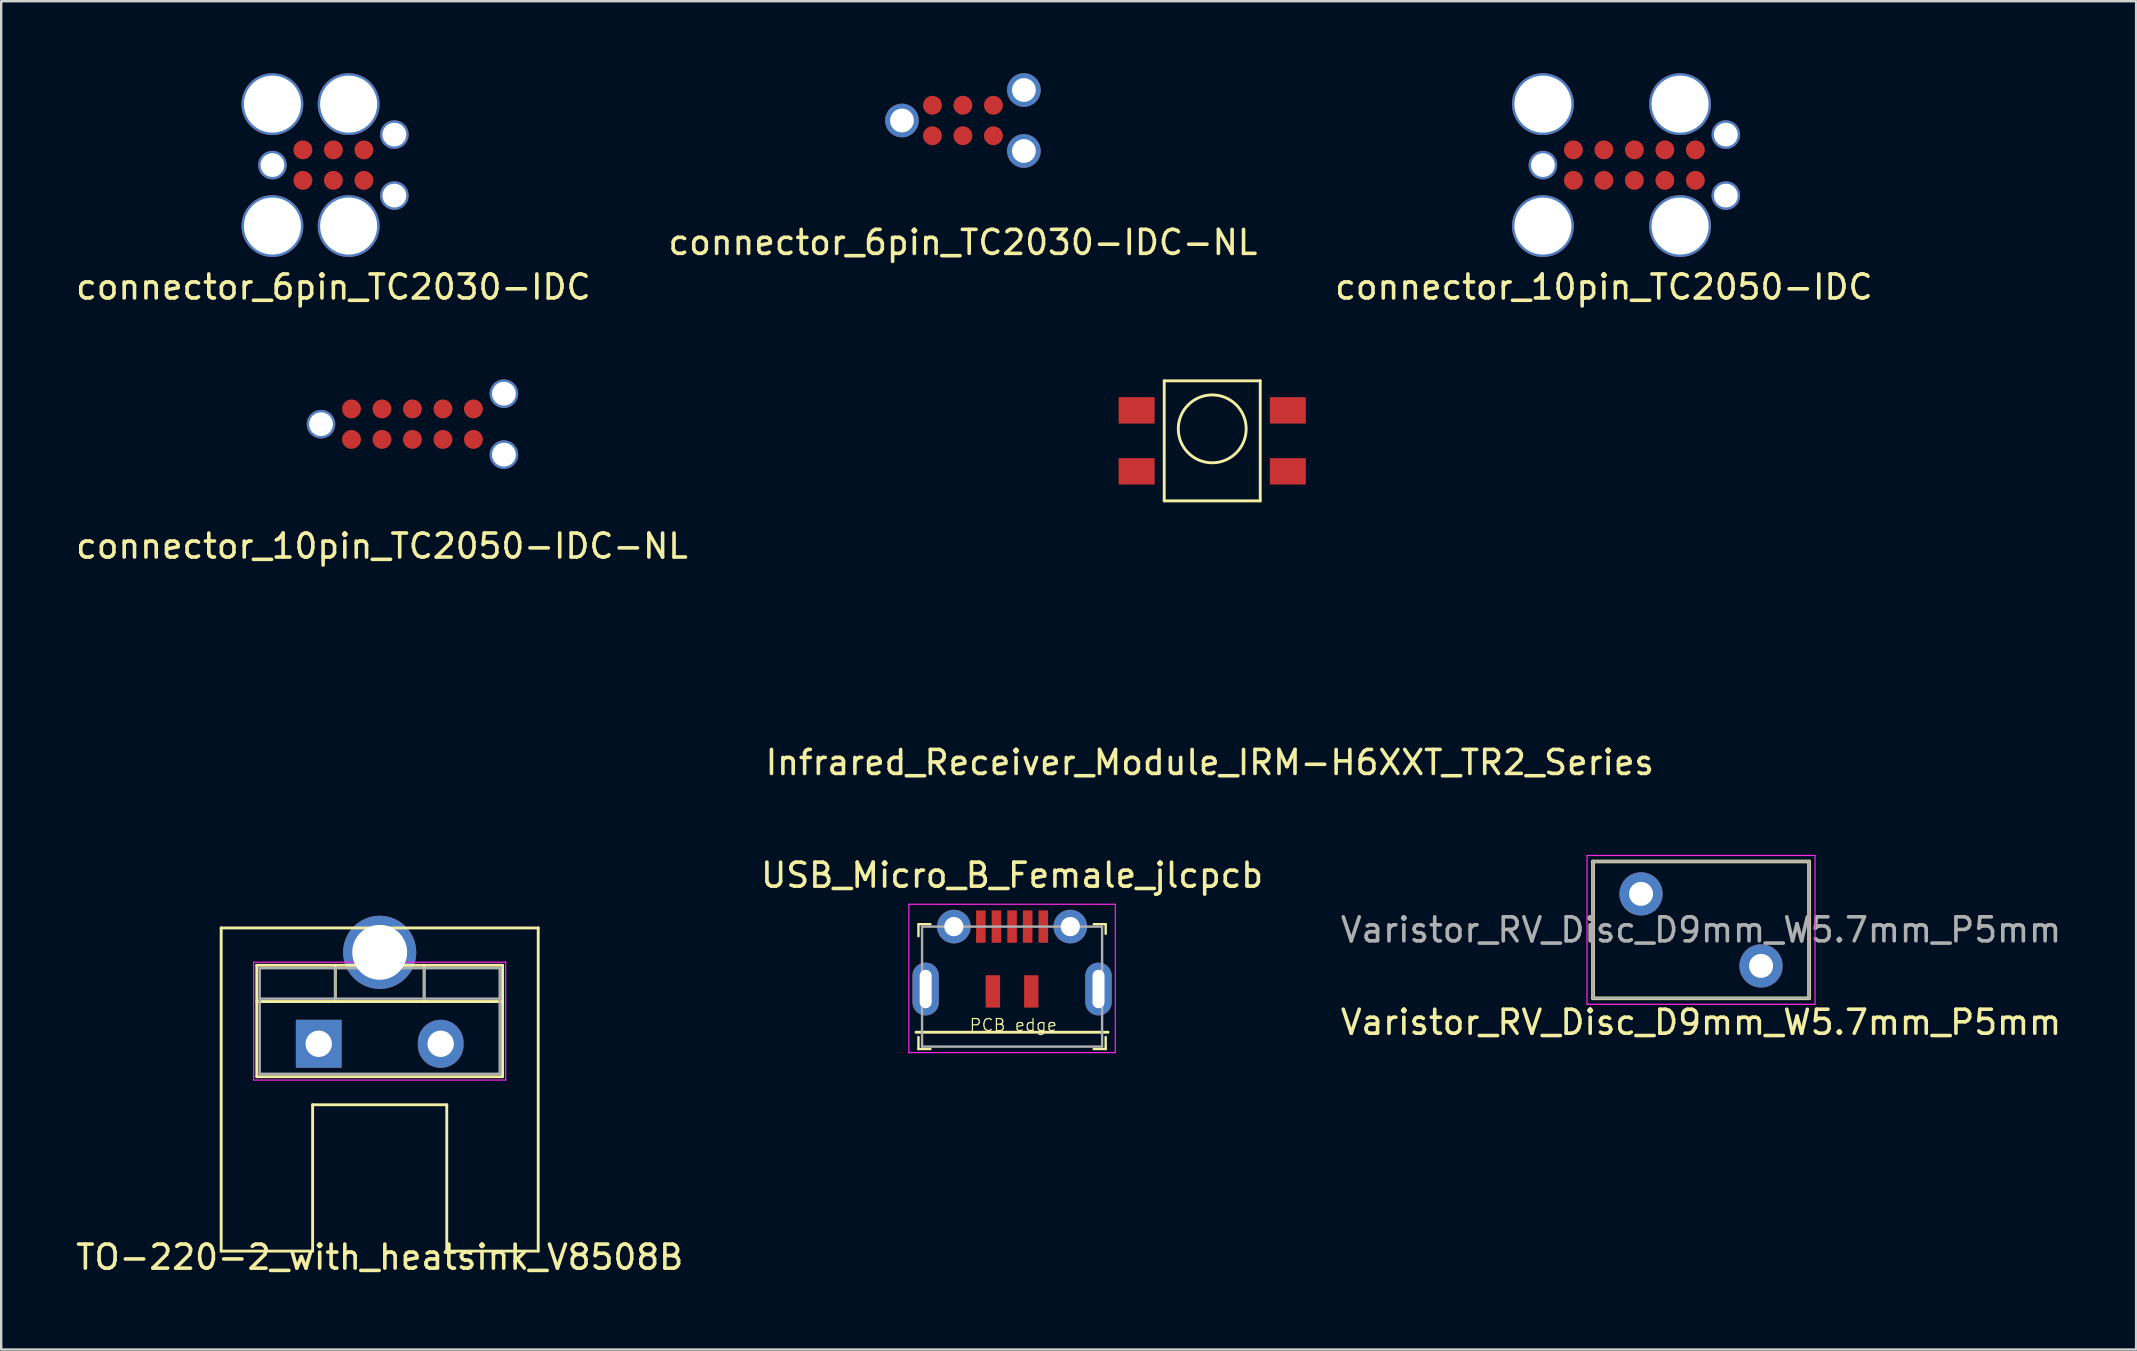
<source format=kicad_pcb>
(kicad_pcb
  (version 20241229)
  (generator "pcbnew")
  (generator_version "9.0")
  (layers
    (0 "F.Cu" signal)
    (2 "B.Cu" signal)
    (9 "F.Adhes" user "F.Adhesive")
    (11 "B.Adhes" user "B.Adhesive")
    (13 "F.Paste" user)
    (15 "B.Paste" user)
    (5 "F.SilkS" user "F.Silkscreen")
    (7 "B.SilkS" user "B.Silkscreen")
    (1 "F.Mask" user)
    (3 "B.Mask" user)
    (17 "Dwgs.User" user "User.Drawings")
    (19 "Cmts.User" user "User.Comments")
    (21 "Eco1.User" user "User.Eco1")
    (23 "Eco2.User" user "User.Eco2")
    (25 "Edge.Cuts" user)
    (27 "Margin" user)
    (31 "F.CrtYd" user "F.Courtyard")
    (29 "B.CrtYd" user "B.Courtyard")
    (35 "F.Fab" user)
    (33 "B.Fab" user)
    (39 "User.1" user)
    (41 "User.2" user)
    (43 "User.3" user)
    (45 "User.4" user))
  (footprint "Infrared_Receiver_Module_IRM-H6XXT_TR2_Series"
    (layer "F.Cu")
    (at 47.451 15.316)
    (property "Reference" "Infrared_Receiver_Module_IRM-H6XXT_TR2_Series" (at -0.1 13.4 0) (layer "F.SilkS") (effects (font (size 1 1) (thickness 0.15))))
    (attr through_hole)
    (fp_line (start -2 -2.5) (end 2 -2.5) (stroke (width 0.12) (type solid)) (layer "F.SilkS"))
    (fp_line (start -2 2.5) (end -2 -2.5) (stroke (width 0.12) (type solid)) (layer "F.SilkS"))
    (fp_line (start 2 -2.5) (end 2 2.5) (stroke (width 0.12) (type solid)) (layer "F.SilkS"))
    (fp_line (start 2 2.5) (end -2 2.5) (stroke (width 0.12) (type solid)) (layer "F.SilkS"))
    (fp_circle (center 0 -0.5) (end -1 -1.5) (stroke (width 0.12) (type solid)) (fill no) (layer "F.SilkS"))
    (pad "1" smd rect (at -3.15 -1.27) (size 1.5 1.1) (layers "F.Cu" "F.Mask" "F.Paste"))
    (pad "2" smd rect (at -3.15 1.27) (size 1.5 1.1) (layers "F.Cu" "F.Mask" "F.Paste"))
    (pad "3" smd rect (at 3.15 1.27) (size 1.5 1.1) (layers "F.Cu" "F.Mask" "F.Paste"))
    (pad "4" smd rect (at 3.15 -1.27) (size 1.5 1.1) (layers "F.Cu" "F.Mask" "F.Paste")))
  (footprint "TO-220-2_with_heatsink_V8508B"
    (layer "F.Cu")
    (at 12.768 32.814)
    (property "Reference" "TO-220-2_with_heatsink_V8508B" (at 0 16.51 0) (layer "F.SilkS") (effects (font (size 1 1) (thickness 0.15))))
    (attr through_hole)
    (fp_line (start -6.604 2.794) (end 6.604 2.794) (stroke (width 0.12) (type solid)) (layer "F.SilkS"))
    (fp_line (start -6.604 16.256) (end -6.604 2.794) (stroke (width 0.12) (type solid)) (layer "F.SilkS"))
    (fp_line (start -5.12 4.35) (end -5.12 8.991) (stroke (width 0.12) (type solid)) (layer "F.SilkS"))
    (fp_line (start -5.12 4.35) (end 5.12 4.35) (stroke (width 0.12) (type solid)) (layer "F.SilkS"))
    (fp_line (start -5.12 5.86) (end 5.12 5.86) (stroke (width 0.12) (type solid)) (layer "F.SilkS"))
    (fp_line (start -5.12 8.991) (end 5.12 8.991) (stroke (width 0.12) (type solid)) (layer "F.SilkS"))
    (fp_line (start -2.794 10.16) (end -2.794 16.256) (stroke (width 0.12) (type solid)) (layer "F.SilkS"))
    (fp_line (start -2.794 16.256) (end -6.604 16.256) (stroke (width 0.12) (type solid)) (layer "F.SilkS"))
    (fp_line (start -1.85 4.35) (end -1.85 5.86) (stroke (width 0.12) (type solid)) (layer "F.SilkS"))
    (fp_line (start 1.851 4.35) (end 1.851 5.86) (stroke (width 0.12) (type solid)) (layer "F.SilkS"))
    (fp_line (start 2.794 10.16) (end -2.794 10.16) (stroke (width 0.12) (type solid)) (layer "F.SilkS"))
    (fp_line (start 2.794 16.256) (end 2.794 10.16) (stroke (width 0.12) (type solid)) (layer "F.SilkS"))
    (fp_line (start 5.12 4.35) (end 5.12 8.991) (stroke (width 0.12) (type solid)) (layer "F.SilkS"))
    (fp_line (start 6.604 2.794) (end 6.604 16.256) (stroke (width 0.12) (type solid)) (layer "F.SilkS"))
    (fp_line (start 6.604 16.256) (end 2.794 16.256) (stroke (width 0.12) (type solid)) (layer "F.SilkS"))
    (fp_line (start -5.25 4.22) (end -5.25 9.13) (stroke (width 0.05) (type solid)) (layer "F.CrtYd"))
    (fp_line (start -5.25 9.13) (end 5.25 9.13) (stroke (width 0.05) (type solid)) (layer "F.CrtYd"))
    (fp_line (start 5.25 4.22) (end -5.25 4.22) (stroke (width 0.05) (type solid)) (layer "F.CrtYd"))
    (fp_line (start 5.25 9.13) (end 5.25 4.22) (stroke (width 0.05) (type solid)) (layer "F.CrtYd"))
    (fp_line (start -5 4.47) (end -5 8.87) (stroke (width 0.1) (type solid)) (layer "F.Fab"))
    (fp_line (start -5 5.74) (end 5 5.74) (stroke (width 0.1) (type solid)) (layer "F.Fab"))
    (fp_line (start -5 8.87) (end 5 8.87) (stroke (width 0.1) (type solid)) (layer "F.Fab"))
    (fp_line (start -1.85 4.47) (end -1.85 5.74) (stroke (width 0.1) (type solid)) (layer "F.Fab"))
    (fp_line (start 1.85 4.47) (end 1.85 5.74) (stroke (width 0.1) (type solid)) (layer "F.Fab"))
    (fp_line (start 5 4.47) (end -5 4.47) (stroke (width 0.1) (type solid)) (layer "F.Fab"))
    (fp_line (start 5 8.87) (end 5 4.47) (stroke (width 0.1) (type solid)) (layer "F.Fab"))
    (pad "1" thru_hole rect (at -2.54 7.62) (size 1.905 2) (drill 1.1) (layers "*.Cu" "*.Mask"))
    (pad "2" thru_hole oval (at 2.54 7.62) (size 1.905 2) (drill 1.1) (layers "*.Cu" "*.Mask"))
    (pad "3" thru_hole circle (at 0 3.81) (size 3.048 3.048) (drill oval 2.286) (layers "*.Cu" "*.Mask")))
  (footprint "Varistor_RV_Disc_D9mm_W5.7mm_P5mm"
    (layer "F.Cu")
    (at 65.315 34.189)
    (property "Reference" "Varistor_RV_Disc_D9mm_W5.7mm_P5mm" (at 2.5 5.35 0) (layer "F.SilkS") (effects (font (size 1 1) (thickness 0.15))))
    (attr through_hole)
    (fp_line (start -2 -1.35) (end -2 4.35) (stroke (width 0.15) (type solid)) (layer "F.SilkS"))
    (fp_line (start -2 -1.35) (end 7 -1.35) (stroke (width 0.15) (type solid)) (layer "F.SilkS"))
    (fp_line (start -2 4.35) (end 7 4.35) (stroke (width 0.15) (type solid)) (layer "F.SilkS"))
    (fp_line (start 7 -1.35) (end 7 4.35) (stroke (width 0.15) (type solid)) (layer "F.SilkS"))
    (fp_line (start -2.25 -1.6) (end -2.25 4.6) (stroke (width 0.05) (type solid)) (layer "F.CrtYd"))
    (fp_line (start -2.25 -1.6) (end 7.25 -1.6) (stroke (width 0.05) (type solid)) (layer "F.CrtYd"))
    (fp_line (start -2.25 4.6) (end 7.25 4.6) (stroke (width 0.05) (type solid)) (layer "F.CrtYd"))
    (fp_line (start 7.25 -1.6) (end 7.25 4.6) (stroke (width 0.05) (type solid)) (layer "F.CrtYd"))
    (fp_line (start -2 -1.35) (end -2 4.35) (stroke (width 0.1) (type solid)) (layer "F.Fab"))
    (fp_line (start -2 -1.35) (end 7 -1.35) (stroke (width 0.1) (type solid)) (layer "F.Fab"))
    (fp_line (start -2 4.35) (end 7 4.35) (stroke (width 0.1) (type solid)) (layer "F.Fab"))
    (fp_line (start 7 -1.35) (end 7 4.35) (stroke (width 0.1) (type solid)) (layer "F.Fab"))
    (fp_text user "${REFERENCE}" (at 2.5 1.5 0) (layer "F.Fab") (effects (font (size 1 1) (thickness 0.15))))
    (pad "1" thru_hole circle (at 0 0) (size 1.8 1.8) (drill 1) (layers "*.Cu" "*.Mask"))
    (pad "2" thru_hole circle (at 5 3) (size 1.8 1.8) (drill 1) (layers "*.Cu" "*.Mask")))
  (footprint "connector_6pin_TC2030-IDC"
    (layer "F.Cu")
    (at 10.839 3.828)
    (property "Reference" "connector_6pin_TC2030-IDC" (at 0 5.08 0) (layer "F.SilkS") (effects (font (size 1 1) (thickness 0.15))))
    (attr through_hole)
    (pad "" thru_hole circle (at -2.54 -2.54) (size 2.575 2.575) (drill 2.375) (layers "*.Cu" "*.Mask"))
    (pad "" thru_hole circle (at -2.54 0) (size 1.191 1.191) (drill 0.991) (layers "*.Cu" "*.Mask"))
    (pad "" thru_hole circle (at -2.54 2.54) (size 2.575 2.575) (drill 2.375) (layers "*.Cu" "*.Mask"))
    (pad "" thru_hole circle (at 0.635 -2.54) (size 2.575 2.575) (drill 2.375) (layers "*.Cu" "*.Mask"))
    (pad "" thru_hole circle (at 0.635 2.54) (size 2.575 2.575) (drill 2.375) (layers "*.Cu" "*.Mask"))
    (pad "" thru_hole circle (at 2.54 -1.27) (size 1.191 1.191) (drill 0.991) (layers "*.Cu" "*.Mask"))
    (pad "" thru_hole circle (at 2.54 1.27) (size 1.191 1.191) (drill 0.991) (layers "*.Cu" "*.Mask"))
    (pad "1" smd circle (at -1.27 0.635) (size 0.787 0.787) (layers "F.Cu" "F.Mask" "F.Paste"))
    (pad "2" smd circle (at -1.27 -0.635) (size 0.787 0.787) (layers "F.Cu" "F.Mask" "F.Paste"))
    (pad "3" smd circle (at 0 0.635) (size 0.787 0.787) (layers "F.Cu" "F.Mask" "F.Paste"))
    (pad "4" smd circle (at 0 -0.635) (size 0.787 0.787) (layers "F.Cu" "F.Mask" "F.Paste"))
    (pad "5" smd circle (at 1.27 0.635) (size 0.787 0.787) (layers "F.Cu" "F.Mask" "F.Paste"))
    (pad "6" smd circle (at 1.27 -0.635) (size 0.787 0.787) (layers "F.Cu" "F.Mask" "F.Paste")))
  (footprint "connector_10pin_TC2050-IDC"
    (layer "F.Cu")
    (at 63.768 3.828)
    (property "Reference" "connector_10pin_TC2050-IDC" (at 0 5.08 0) (layer "F.SilkS") (effects (font (size 1 1) (thickness 0.15))))
    (attr through_hole)
    (pad "" thru_hole circle (at -2.54 -2.54) (size 2.575 2.575) (drill 2.375) (layers "*.Cu" "*.Mask"))
    (pad "" thru_hole circle (at -2.54 0) (size 1.191 1.191) (drill 0.991) (layers "*.Cu" "*.Mask"))
    (pad "" thru_hole circle (at -2.54 2.54) (size 2.575 2.575) (drill 2.375) (layers "*.Cu" "*.Mask"))
    (pad "" thru_hole circle (at 3.175 -2.54) (size 2.575 2.575) (drill 2.375) (layers "*.Cu" "*.Mask"))
    (pad "" thru_hole circle (at 3.175 2.54) (size 2.575 2.575) (drill 2.375) (layers "*.Cu" "*.Mask"))
    (pad "" thru_hole circle (at 5.08 -1.27) (size 1.191 1.191) (drill 0.991) (layers "*.Cu" "*.Mask"))
    (pad "" thru_hole circle (at 5.08 1.27) (size 1.191 1.191) (drill 0.991) (layers "*.Cu" "*.Mask"))
    (pad "1" smd circle (at -1.27 0.635) (size 0.787 0.787) (layers "F.Cu" "F.Mask" "F.Paste"))
    (pad "2" smd circle (at -1.27 -0.635) (size 0.787 0.787) (layers "F.Cu" "F.Mask" "F.Paste"))
    (pad "3" smd circle (at 0 0.635) (size 0.787 0.787) (layers "F.Cu" "F.Mask" "F.Paste"))
    (pad "4" smd circle (at 0 -0.635) (size 0.787 0.787) (layers "F.Cu" "F.Mask" "F.Paste"))
    (pad "5" smd circle (at 1.27 0.635) (size 0.787 0.787) (layers "F.Cu" "F.Mask" "F.Paste"))
    (pad "6" smd circle (at 1.27 -0.635) (size 0.787 0.787) (layers "F.Cu" "F.Mask" "F.Paste"))
    (pad "7" smd circle (at 2.54 0.635) (size 0.787 0.787) (layers "F.Cu" "F.Mask" "F.Paste"))
    (pad "8" smd circle (at 2.54 -0.635) (size 0.787 0.787) (layers "F.Cu" "F.Mask" "F.Paste"))
    (pad "9" smd circle (at 3.81 0.635) (size 0.787 0.787) (layers "F.Cu" "F.Mask" "F.Paste"))
    (pad "10" smd circle (at 3.81 -0.635) (size 0.787 0.787) (layers "F.Cu" "F.Mask" "F.Paste")))
  (footprint "connector_6pin_TC2030-IDC-NL"
    (layer "F.Cu")
    (at 37.065 1.97)
    (property "Reference" "connector_6pin_TC2030-IDC-NL" (at 0 5.08 0) (layer "F.SilkS") (effects (font (size 1 1) (thickness 0.15))))
    (attr through_hole)
    (pad "" thru_hole circle (at -2.54 0) (size 1.4 1.4) (drill 0.991) (layers "*.Cu" "*.Mask"))
    (pad "" thru_hole circle (at 2.54 -1.27) (size 1.4 1.4) (drill 0.991) (layers "*.Cu" "*.Mask"))
    (pad "" thru_hole circle (at 2.54 1.27) (size 1.4 1.4) (drill 0.991) (layers "*.Cu" "*.Mask"))
    (pad "1" smd circle (at -1.27 0.635) (size 0.787 0.787) (layers "F.Cu" "F.Mask" "F.Paste"))
    (pad "2" smd circle (at -1.27 -0.635) (size 0.787 0.787) (layers "F.Cu" "F.Mask" "F.Paste"))
    (pad "3" smd circle (at 0 0.635) (size 0.787 0.787) (layers "F.Cu" "F.Mask" "F.Paste"))
    (pad "4" smd circle (at 0 -0.635) (size 0.787 0.787) (layers "F.Cu" "F.Mask" "F.Paste"))
    (pad "5" smd circle (at 1.27 0.635) (size 0.787 0.787) (layers "F.Cu" "F.Mask" "F.Paste"))
    (pad "6" smd circle (at 1.27 -0.635) (size 0.787 0.787) (layers "F.Cu" "F.Mask" "F.Paste")))
  (footprint "connector_10pin_TC2050-IDC-NL"
    (layer "F.Cu")
    (at 12.863 14.621)
    (property "Reference" "connector_10pin_TC2050-IDC-NL" (at 0 5.08 0) (layer "F.SilkS") (effects (font (size 1 1) (thickness 0.15))))
    (attr through_hole)
    (pad "" thru_hole circle (at -2.54 0) (size 1.191 1.191) (drill 0.991) (layers "*.Cu" "*.Mask"))
    (pad "" thru_hole circle (at 5.08 -1.27) (size 1.191 1.191) (drill 0.991) (layers "*.Cu" "*.Mask"))
    (pad "" thru_hole circle (at 5.08 1.27) (size 1.191 1.191) (drill 0.991) (layers "*.Cu" "*.Mask"))
    (pad "1" smd circle (at -1.27 0.635) (size 0.787 0.787) (layers "F.Cu" "F.Mask" "F.Paste"))
    (pad "2" smd circle (at -1.27 -0.635) (size 0.787 0.787) (layers "F.Cu" "F.Mask" "F.Paste"))
    (pad "3" smd circle (at 0 0.635) (size 0.787 0.787) (layers "F.Cu" "F.Mask" "F.Paste"))
    (pad "4" smd circle (at 0 -0.635) (size 0.787 0.787) (layers "F.Cu" "F.Mask" "F.Paste"))
    (pad "5" smd circle (at 1.27 0.635) (size 0.787 0.787) (layers "F.Cu" "F.Mask" "F.Paste"))
    (pad "6" smd circle (at 1.27 -0.635) (size 0.787 0.787) (layers "F.Cu" "F.Mask" "F.Paste"))
    (pad "7" smd circle (at 2.54 0.635) (size 0.787 0.787) (layers "F.Cu" "F.Mask" "F.Paste"))
    (pad "8" smd circle (at 2.54 -0.635) (size 0.787 0.787) (layers "F.Cu" "F.Mask" "F.Paste"))
    (pad "9" smd circle (at 3.81 0.635) (size 0.787 0.787) (layers "F.Cu" "F.Mask" "F.Paste"))
    (pad "10" smd circle (at 3.81 -0.635) (size 0.787 0.787) (layers "F.Cu" "F.Mask" "F.Paste")))
  (footprint "USB_Micro_B_Female_jlcpcb"
    (layer "F.Cu")
    (at 39.113 39.952)
    (property "Reference" "USB_Micro_B_Female_jlcpcb" (at 0 -6.54 0) (layer "F.SilkS") (effects (font (size 1 1) (thickness 0.15))))
    (attr smd)
    (fp_line (start -4 0) (end 4 0) (stroke (width 0.12) (type solid)) (layer "F.SilkS"))
    (fp_line (start -3.9 -4.5) (end -3.9 -4) (stroke (width 0.1) (type solid)) (layer "F.SilkS"))
    (fp_line (start -3.9 -4.5) (end -3.4 -4.5) (stroke (width 0.1) (type solid)) (layer "F.SilkS"))
    (fp_line (start -3.9 0.7) (end -3.9 0.2) (stroke (width 0.1) (type solid)) (layer "F.SilkS"))
    (fp_line (start -3.9 0.7) (end -3.4 0.7) (stroke (width 0.1) (type solid)) (layer "F.SilkS"))
    (fp_line (start 3.9 -4.5) (end 3.4 -4.5) (stroke (width 0.1) (type solid)) (layer "F.SilkS"))
    (fp_line (start 3.9 -4.5) (end 3.9 -4.1) (stroke (width 0.1) (type solid)) (layer "F.SilkS"))
    (fp_line (start 3.9 0.7) (end 3.4 0.7) (stroke (width 0.1) (type solid)) (layer "F.SilkS"))
    (fp_line (start 3.9 0.7) (end 3.9 0.2) (stroke (width 0.1) (type solid)) (layer "F.SilkS"))
    (fp_line (start -4.3 -5.33) (end -4.3 0.85) (stroke (width 0.05) (type solid)) (layer "F.CrtYd"))
    (fp_line (start -4.3 -5.33) (end 4.3 -5.33) (stroke (width 0.05) (type solid)) (layer "F.CrtYd"))
    (fp_line (start -4.3 0.85) (end 4.3 0.85) (stroke (width 0.05) (type solid)) (layer "F.CrtYd"))
    (fp_line (start 4.3 -5.33) (end 4.3 0.85) (stroke (width 0.05) (type solid)) (layer "F.CrtYd"))
    (fp_line (start -3.75 -4.4) (end -3.75 0.6) (stroke (width 0.1) (type solid)) (layer "F.Fab"))
    (fp_line (start -3.75 -4.4) (end 3.75 -4.4) (stroke (width 0.1) (type solid)) (layer "F.Fab"))
    (fp_line (start -3.75 0.6) (end 3.75 0.6) (stroke (width 0.1) (type solid)) (layer "F.Fab"))
    (fp_line (start 3.75 -4.4) (end 3.75 0.6) (stroke (width 0.1) (type solid)) (layer "F.Fab"))
    (fp_text user "PCB edge" (at 0.05 -0.3 0) (layer "F.SilkS") (effects (font (size 0.5 0.5) (thickness 0.05))))
    (pad "1" smd rect (at -1.3 -4.4) (size 0.4 1.35) (layers "F.Cu" "F.Mask" "F.Paste"))
    (pad "2" smd rect (at -0.65 -4.4) (size 0.4 1.35) (layers "F.Cu" "F.Mask" "F.Paste"))
    (pad "3" smd rect (at 0 -4.4) (size 0.4 1.35) (layers "F.Cu" "F.Mask" "F.Paste"))
    (pad "4" smd rect (at 0.65 -4.4) (size 0.4 1.35) (layers "F.Cu" "F.Mask" "F.Paste"))
    (pad "5" smd rect (at 1.3 -4.4) (size 0.4 1.35) (layers "F.Cu" "F.Mask" "F.Paste"))
    (pad "6" thru_hole oval (at -3.6 -1.8) (size 1.1 2.2) (drill oval 0.5 1.6) (layers "*.Cu" "*.Mask"))
    (pad "6" thru_hole circle (at -2.425 -4.4) (size 1.4 1.4) (drill 0.8) (layers "*.Cu" "*.Mask"))
    (pad "6" smd rect (at -0.8 -1.7) (size 0.6 1.35) (layers "F.Cu" "F.Mask" "F.Paste"))
    (pad "6" smd rect (at 0.8 -1.7) (size 0.6 1.35) (layers "F.Cu" "F.Mask" "F.Paste"))
    (pad "6" thru_hole circle (at 2.425 -4.4) (size 1.4 1.4) (drill 0.8) (layers "*.Cu" "*.Mask"))
    (pad "6" thru_hole oval (at 3.6 -1.8) (size 1.1 2.2) (drill oval 0.5 1.6) (layers "*.Cu" "*.Mask")))
  (gr_rect
    (start -3 -3)
    (end 85.94 53.172)
    (stroke (width 0.1) (type default))
    (fill no)
    (layer "Edge.Cuts")))
</source>
